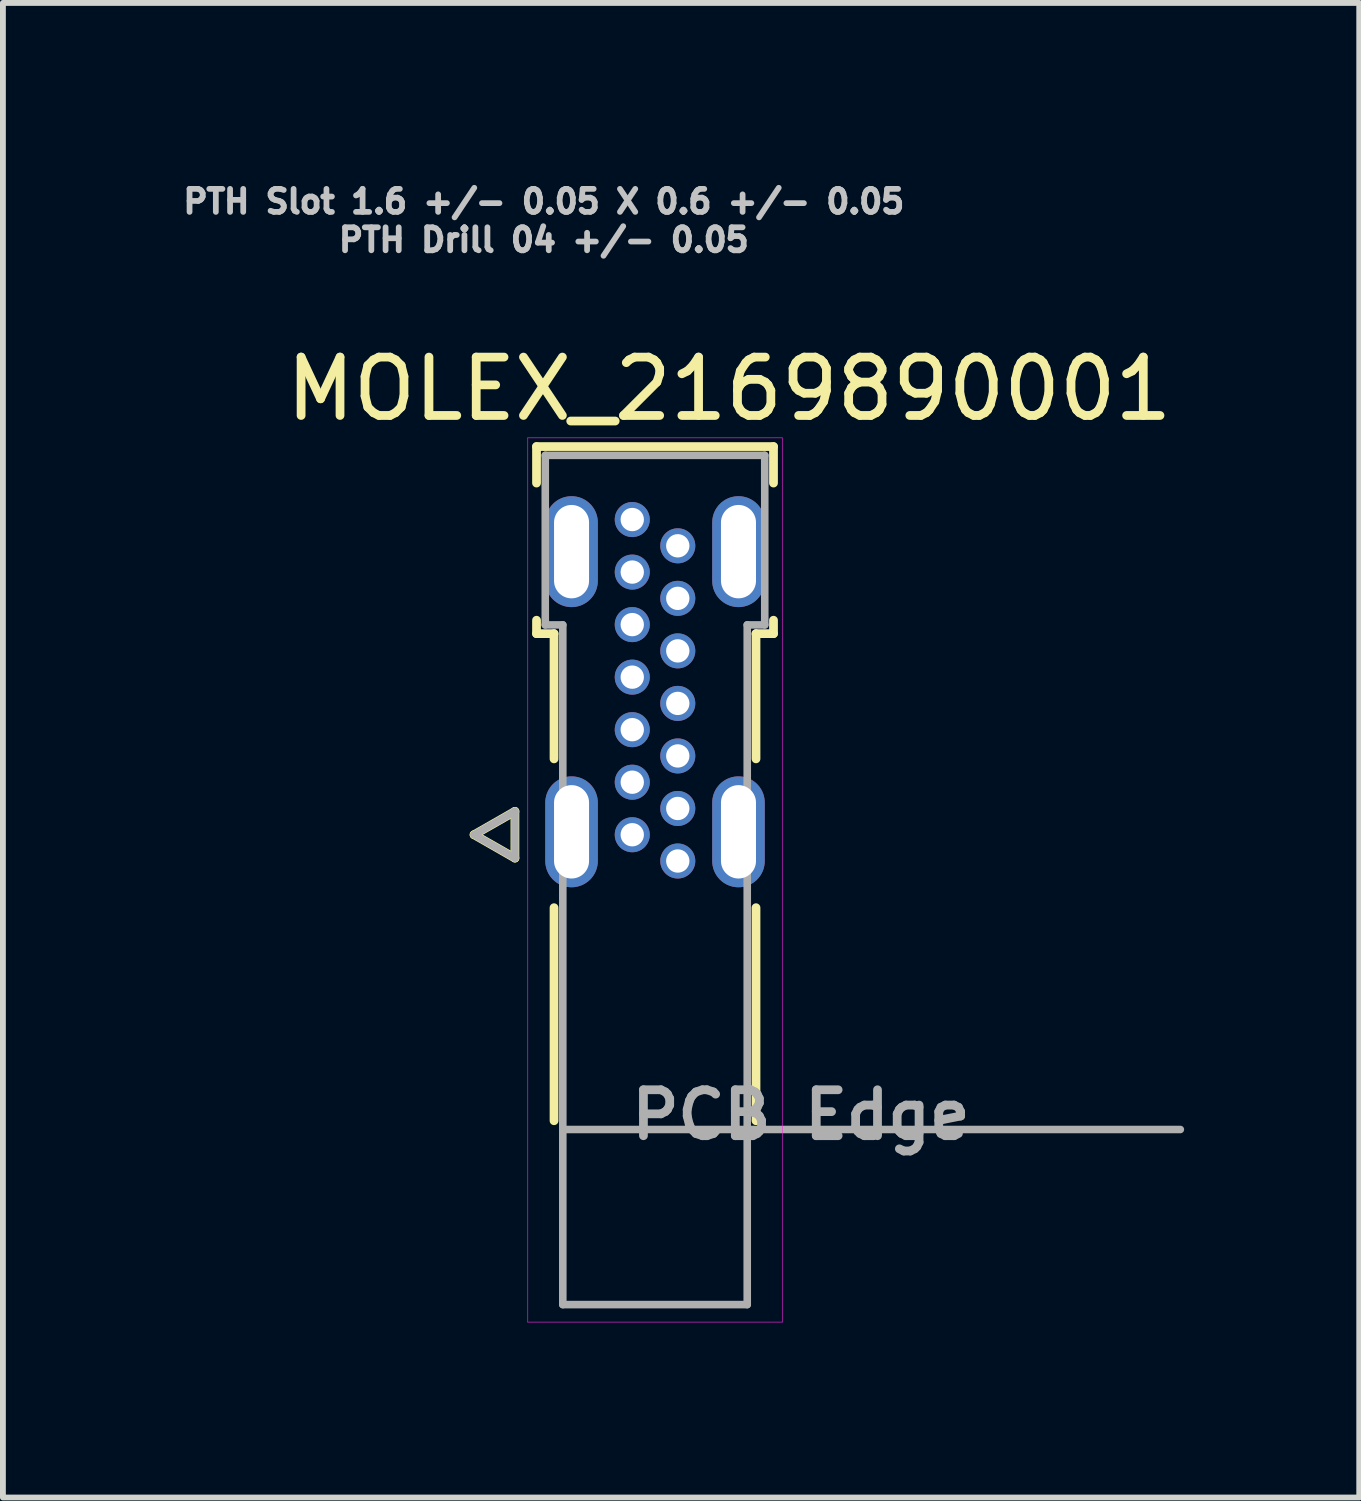
<source format=kicad_pcb>
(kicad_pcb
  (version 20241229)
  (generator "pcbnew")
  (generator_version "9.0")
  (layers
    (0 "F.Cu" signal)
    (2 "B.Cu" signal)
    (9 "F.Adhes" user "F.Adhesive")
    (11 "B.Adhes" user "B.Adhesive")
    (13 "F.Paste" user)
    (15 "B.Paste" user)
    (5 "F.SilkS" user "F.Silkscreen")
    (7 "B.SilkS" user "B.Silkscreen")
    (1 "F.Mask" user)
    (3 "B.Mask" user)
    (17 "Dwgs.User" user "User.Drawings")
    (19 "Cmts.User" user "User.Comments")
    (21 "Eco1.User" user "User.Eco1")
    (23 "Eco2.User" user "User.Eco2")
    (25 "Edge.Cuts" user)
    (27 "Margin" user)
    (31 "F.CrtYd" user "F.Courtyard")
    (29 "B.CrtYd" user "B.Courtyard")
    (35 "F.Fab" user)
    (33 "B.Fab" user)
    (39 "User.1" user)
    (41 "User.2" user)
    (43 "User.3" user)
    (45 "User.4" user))
  (footprint "MOLEX_2169890001"
    (layer "F.Cu")
    (at 8.172 16.301)
    (property "Reference" "MOLEX_2169890001" (at 1.27 -12.688 0) (layer "F.SilkS") (effects (font (size 1 1) (thickness 0.15))))
    (attr through_hole)
    (fp_circle (center -0.39 -10.45) (end -0.208 -10.45) (stroke (width 0.363) (type solid)) (fill no) (layer "F.Mask"))
    (fp_circle (center -0.39 -9.55) (end -0.208 -9.55) (stroke (width 0.363) (type solid)) (fill no) (layer "F.Mask"))
    (fp_circle (center -0.39 -8.65) (end -0.208 -8.65) (stroke (width 0.363) (type solid)) (fill no) (layer "F.Mask"))
    (fp_circle (center -0.39 -7.75) (end -0.208 -7.75) (stroke (width 0.363) (type solid)) (fill no) (layer "F.Mask"))
    (fp_circle (center -0.39 -6.85) (end -0.208 -6.85) (stroke (width 0.363) (type solid)) (fill no) (layer "F.Mask"))
    (fp_circle (center -0.39 -5.95) (end -0.208 -5.95) (stroke (width 0.363) (type solid)) (fill no) (layer "F.Mask"))
    (fp_circle (center -0.39 -5.05) (end -0.208 -5.05) (stroke (width 0.363) (type solid)) (fill no) (layer "F.Mask"))
    (fp_circle (center 0.39 -10) (end 0.572 -10) (stroke (width 0.363) (type solid)) (fill no) (layer "F.Mask"))
    (fp_circle (center 0.39 -9.1) (end 0.572 -9.1) (stroke (width 0.363) (type solid)) (fill no) (layer "F.Mask"))
    (fp_circle (center 0.39 -8.2) (end 0.572 -8.2) (stroke (width 0.363) (type solid)) (fill no) (layer "F.Mask"))
    (fp_circle (center 0.39 -7.3) (end 0.572 -7.3) (stroke (width 0.363) (type solid)) (fill no) (layer "F.Mask"))
    (fp_circle (center 0.39 -6.4) (end 0.572 -6.4) (stroke (width 0.363) (type solid)) (fill no) (layer "F.Mask"))
    (fp_circle (center 0.39 -5.5) (end 0.572 -5.5) (stroke (width 0.363) (type solid)) (fill no) (layer "F.Mask"))
    (fp_circle (center 0.39 -4.6) (end 0.572 -4.6) (stroke (width 0.363) (type solid)) (fill no) (layer "F.Mask"))
    (fp_circle (center -0.39 -10.45) (end -0.208 -10.45) (stroke (width 0.363) (type solid)) (fill no) (layer "B.Mask"))
    (fp_circle (center -0.39 -9.55) (end -0.208 -9.55) (stroke (width 0.363) (type solid)) (fill no) (layer "B.Mask"))
    (fp_circle (center -0.39 -8.65) (end -0.208 -8.65) (stroke (width 0.363) (type solid)) (fill no) (layer "B.Mask"))
    (fp_circle (center -0.39 -7.75) (end -0.208 -7.75) (stroke (width 0.363) (type solid)) (fill no) (layer "B.Mask"))
    (fp_circle (center -0.39 -6.85) (end -0.208 -6.85) (stroke (width 0.363) (type solid)) (fill no) (layer "B.Mask"))
    (fp_circle (center -0.39 -5.95) (end -0.208 -5.95) (stroke (width 0.363) (type solid)) (fill no) (layer "B.Mask"))
    (fp_circle (center -0.39 -5.05) (end -0.208 -5.05) (stroke (width 0.363) (type solid)) (fill no) (layer "B.Mask"))
    (fp_circle (center 0.39 -10) (end 0.572 -10) (stroke (width 0.363) (type solid)) (fill no) (layer "B.Mask"))
    (fp_circle (center 0.39 -9.1) (end 0.572 -9.1) (stroke (width 0.363) (type solid)) (fill no) (layer "B.Mask"))
    (fp_circle (center 0.39 -8.2) (end 0.572 -8.2) (stroke (width 0.363) (type solid)) (fill no) (layer "B.Mask"))
    (fp_circle (center 0.39 -7.3) (end 0.572 -7.3) (stroke (width 0.363) (type solid)) (fill no) (layer "B.Mask"))
    (fp_circle (center 0.39 -6.4) (end 0.572 -6.4) (stroke (width 0.363) (type solid)) (fill no) (layer "B.Mask"))
    (fp_circle (center 0.39 -5.5) (end 0.572 -5.5) (stroke (width 0.363) (type solid)) (fill no) (layer "B.Mask"))
    (fp_circle (center 0.39 -4.6) (end 0.572 -4.6) (stroke (width 0.363) (type solid)) (fill no) (layer "B.Mask"))
    (fp_line (start -3.1 -5.05) (end -2.4 -4.65) (stroke (width 0.15) (type solid)) (layer "F.SilkS"))
    (fp_line (start -2.4 -5.45) (end -3.1 -5.05) (stroke (width 0.15) (type solid)) (layer "F.SilkS"))
    (fp_line (start -2.4 -4.65) (end -2.4 -5.45) (stroke (width 0.15) (type solid)) (layer "F.SilkS"))
    (fp_line (start -2.03 -11.7) (end 2.03 -11.7) (stroke (width 0.15) (type solid)) (layer "F.SilkS"))
    (fp_line (start -2.03 -11.075) (end -2.03 -11.7) (stroke (width 0.15) (type solid)) (layer "F.SilkS"))
    (fp_line (start -2.03 -8.495) (end -2.03 -8.725) (stroke (width 0.15) (type solid)) (layer "F.SilkS"))
    (fp_line (start -1.73 -8.495) (end -2.03 -8.495) (stroke (width 0.15) (type solid)) (layer "F.SilkS"))
    (fp_line (start -1.73 -6.35) (end -1.73 -8.495) (stroke (width 0.15) (type solid)) (layer "F.SilkS"))
    (fp_line (start -1.73 -0.15) (end -1.73 -3.8) (stroke (width 0.15) (type solid)) (layer "F.SilkS"))
    (fp_line (start 1.73 -8.495) (end 1.73 -6.35) (stroke (width 0.15) (type solid)) (layer "F.SilkS"))
    (fp_line (start 1.73 -8.495) (end 2.03 -8.495) (stroke (width 0.15) (type solid)) (layer "F.SilkS"))
    (fp_line (start 1.73 -3.8) (end 1.73 -0.15) (stroke (width 0.15) (type solid)) (layer "F.SilkS"))
    (fp_line (start 2.03 -11.7) (end 2.03 -11.075) (stroke (width 0.15) (type solid)) (layer "F.SilkS"))
    (fp_line (start 2.03 -8.725) (end 2.03 -8.495) (stroke (width 0.15) (type solid)) (layer "F.SilkS"))
    (fp_line (start -2.18 -11.85) (end -2.18 3.3) (stroke (width 0.01) (type solid)) (layer "F.CrtYd"))
    (fp_line (start -2.18 3.3) (end 2.18 3.3) (stroke (width 0.01) (type solid)) (layer "F.CrtYd"))
    (fp_line (start 2.18 -11.85) (end -2.18 -11.85) (stroke (width 0.01) (type solid)) (layer "F.CrtYd"))
    (fp_line (start 2.18 3.3) (end 2.18 -11.85) (stroke (width 0.01) (type solid)) (layer "F.CrtYd"))
    (fp_line (start -3.1 -5.05) (end -2.4 -4.65) (stroke (width 0.13) (type solid)) (layer "F.Fab"))
    (fp_line (start -2.4 -5.45) (end -3.1 -5.05) (stroke (width 0.13) (type solid)) (layer "F.Fab"))
    (fp_line (start -2.4 -4.65) (end -2.4 -5.45) (stroke (width 0.13) (type solid)) (layer "F.Fab"))
    (fp_line (start -1.88 -11.55) (end 1.88 -11.55) (stroke (width 0.13) (type solid)) (layer "F.Fab"))
    (fp_line (start -1.88 -8.645) (end -1.88 -11.55) (stroke (width 0.13) (type solid)) (layer "F.Fab"))
    (fp_line (start -1.58 -8.645) (end -1.88 -8.645) (stroke (width 0.13) (type solid)) (layer "F.Fab"))
    (fp_line (start -1.58 0) (end -1.58 -8.645) (stroke (width 0.13) (type solid)) (layer "F.Fab"))
    (fp_line (start -1.58 0) (end 9 0) (stroke (width 0.13) (type solid)) (layer "F.Fab"))
    (fp_line (start -1.58 3) (end -1.58 0) (stroke (width 0.13) (type solid)) (layer "F.Fab"))
    (fp_line (start 1.58 -8.645) (end 1.58 3) (stroke (width 0.13) (type solid)) (layer "F.Fab"))
    (fp_line (start 1.58 -8.645) (end 1.88 -8.645) (stroke (width 0.13) (type solid)) (layer "F.Fab"))
    (fp_line (start 1.58 3) (end -1.58 3) (stroke (width 0.13) (type solid)) (layer "F.Fab"))
    (fp_line (start 1.88 -11.55) (end 1.88 -8.645) (stroke (width 0.13) (type solid)) (layer "F.Fab"))
    (fp_text user "PTH Slot 1.6 +/- 0.05 X 0.6 +/- 0.05" (at -1.905 -15.898 0) (layer "Dwgs.User") (effects (font (size 0.394 0.394) (thickness 0.15))))
    (fp_text user "PTH Drill 04 +/- 0.05" (at -1.905 -15.24 0) (layer "Dwgs.User") (effects (font (size 0.394 0.394) (thickness 0.15))))
    (fp_text user "PCB Edge" (at 2.5 -0.25 0) (layer "F.Fab") (effects (font (size 0.787 0.787) (thickness 0.15))))
    (pad "A1" thru_hole circle (at -0.39 -5.05) (size 0.6 0.6) (drill 0.4) (layers "*.Cu"))
    (pad "A4" thru_hole circle (at -0.39 -5.95) (size 0.6 0.6) (drill 0.4) (layers "*.Cu"))
    (pad "A5" thru_hole circle (at -0.39 -6.85) (size 0.6 0.6) (drill 0.4) (layers "*.Cu"))
    (pad "A6" thru_hole circle (at -0.39 -7.75) (size 0.6 0.6) (drill 0.4) (layers "*.Cu"))
    (pad "A7" thru_hole circle (at -0.39 -8.65) (size 0.6 0.6) (drill 0.4) (layers "*.Cu"))
    (pad "A9" thru_hole circle (at -0.39 -9.55) (size 0.6 0.6) (drill 0.4) (layers "*.Cu"))
    (pad "A12" thru_hole circle (at -0.39 -10.45) (size 0.6 0.6) (drill 0.4) (layers "*.Cu"))
    (pad "B1" thru_hole circle (at 0.39 -10) (size 0.6 0.6) (drill 0.4) (layers "*.Cu"))
    (pad "B4" thru_hole circle (at 0.39 -9.1) (size 0.6 0.6) (drill 0.4) (layers "*.Cu"))
    (pad "B5" thru_hole circle (at 0.39 -8.2) (size 0.6 0.6) (drill 0.4) (layers "*.Cu"))
    (pad "B6" thru_hole circle (at 0.39 -7.3) (size 0.6 0.6) (drill 0.4) (layers "*.Cu"))
    (pad "B7" thru_hole circle (at 0.39 -6.4) (size 0.6 0.6) (drill 0.4) (layers "*.Cu"))
    (pad "B9" thru_hole circle (at 0.39 -5.5) (size 0.6 0.6) (drill 0.4) (layers "*.Cu"))
    (pad "B12" thru_hole circle (at 0.39 -4.6) (size 0.6 0.6) (drill 0.4) (layers "*.Cu"))
    (pad "SH1" thru_hole oval (at -1.43 -5.1) (size 0.9 1.9) (drill oval 0.6 1.6) (layers "*.Cu" "*.Mask"))
    (pad "SH2" thru_hole oval (at 1.43 -5.1) (size 0.9 1.9) (drill oval 0.6 1.6) (layers "*.Cu" "*.Mask"))
    (pad "SH3" thru_hole oval (at -1.43 -9.9) (size 0.9 1.9) (drill oval 0.6 1.6) (layers "*.Cu" "*.Mask"))
    (pad "SH4" thru_hole oval (at 1.43 -9.9) (size 0.9 1.9) (drill oval 0.6 1.6) (layers "*.Cu" "*.Mask")))
  (gr_rect
    (start -3 -3)
    (end 20.237 22.606)
    (stroke (width 0.1) (type default))
    (fill no)
    (layer "Edge.Cuts")))
</source>
